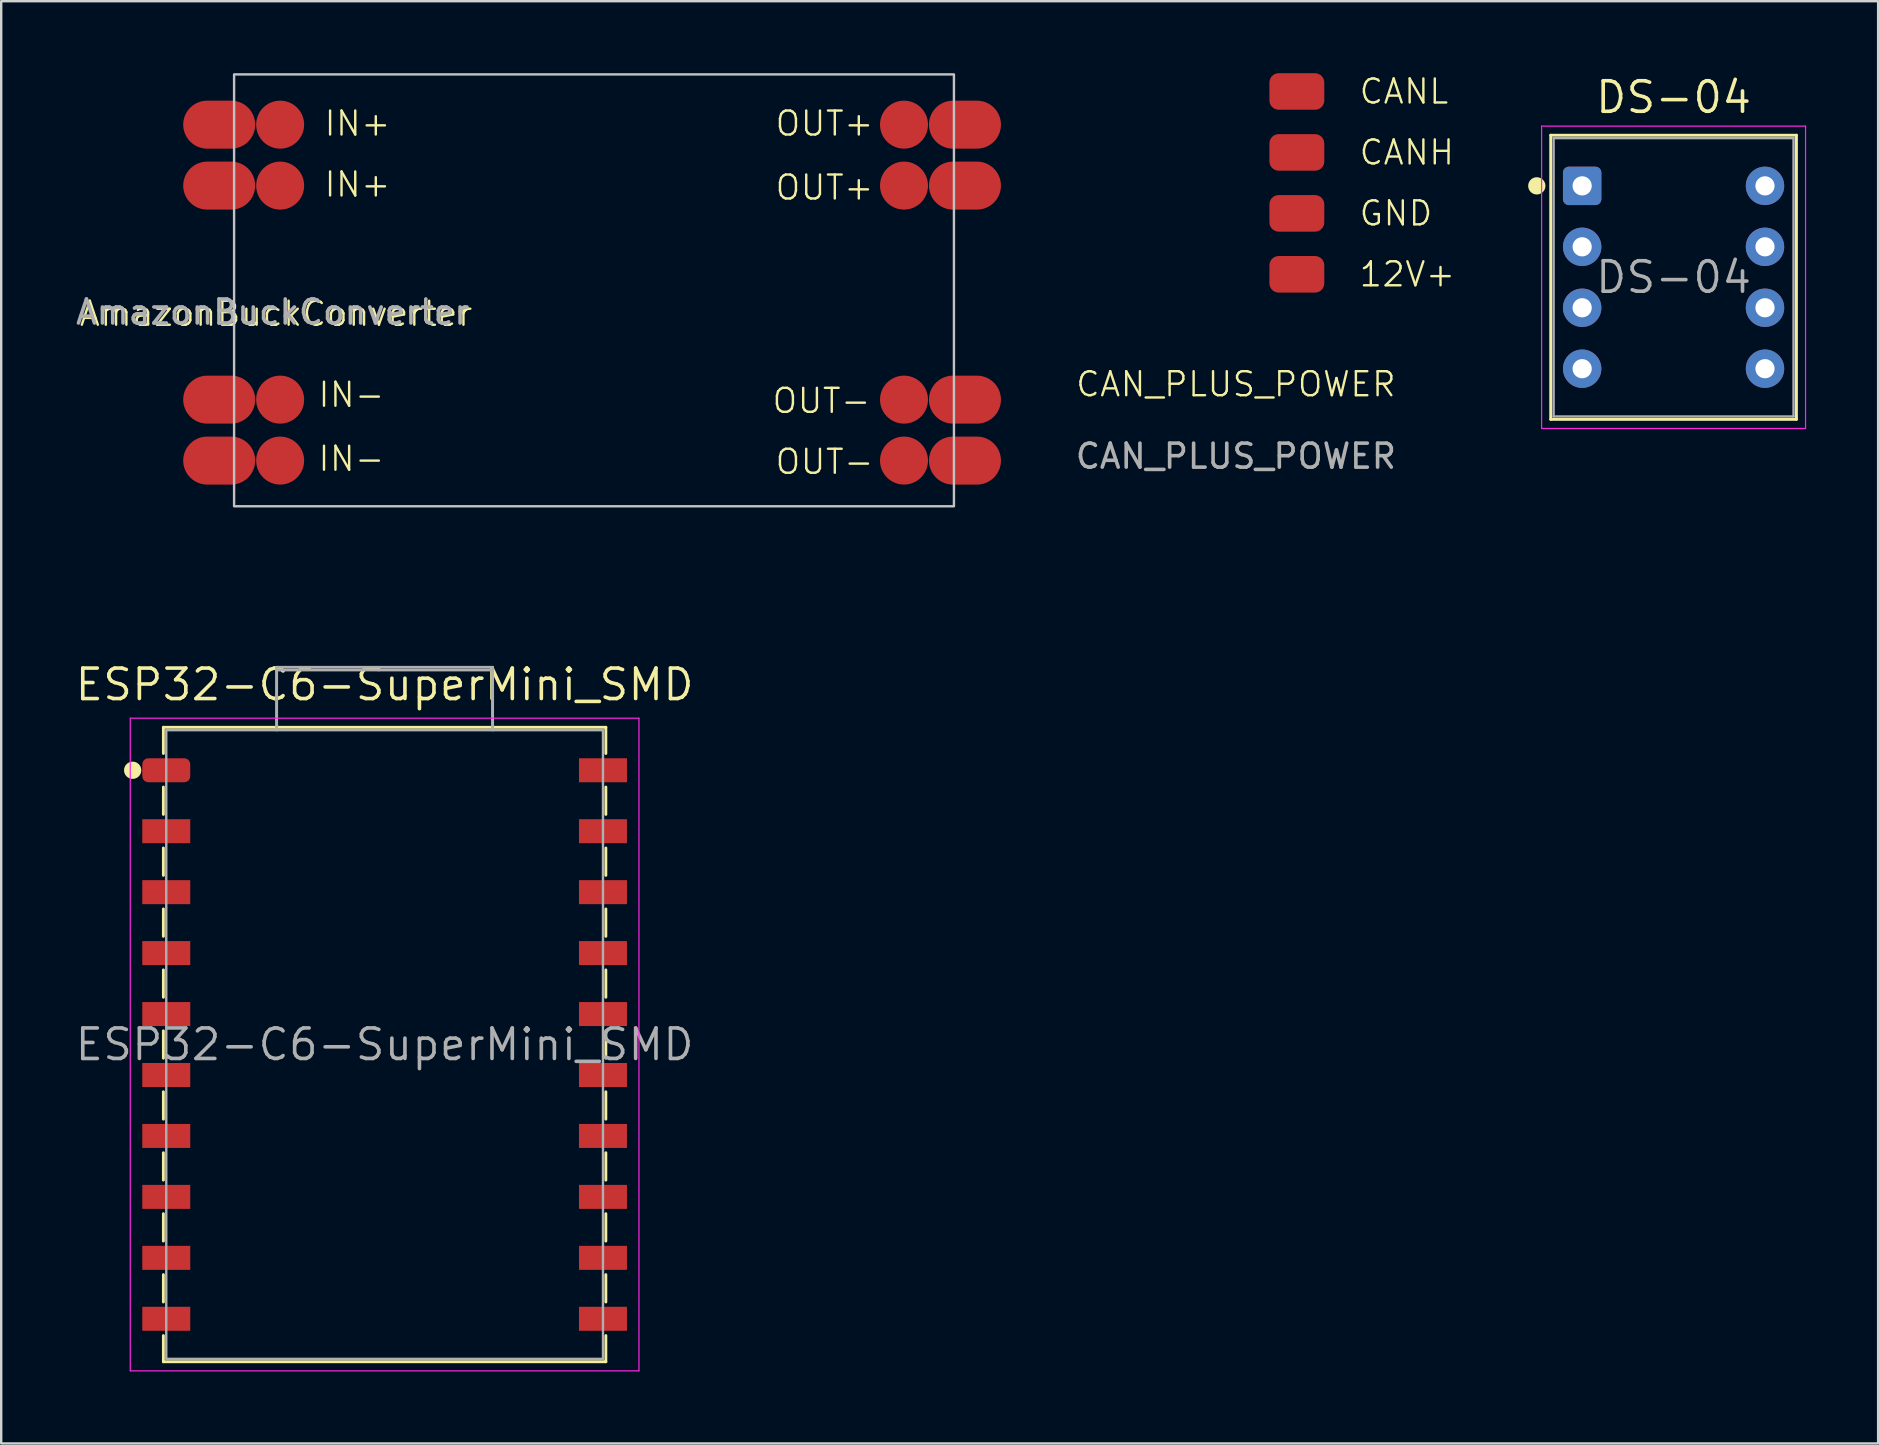
<source format=kicad_pcb>
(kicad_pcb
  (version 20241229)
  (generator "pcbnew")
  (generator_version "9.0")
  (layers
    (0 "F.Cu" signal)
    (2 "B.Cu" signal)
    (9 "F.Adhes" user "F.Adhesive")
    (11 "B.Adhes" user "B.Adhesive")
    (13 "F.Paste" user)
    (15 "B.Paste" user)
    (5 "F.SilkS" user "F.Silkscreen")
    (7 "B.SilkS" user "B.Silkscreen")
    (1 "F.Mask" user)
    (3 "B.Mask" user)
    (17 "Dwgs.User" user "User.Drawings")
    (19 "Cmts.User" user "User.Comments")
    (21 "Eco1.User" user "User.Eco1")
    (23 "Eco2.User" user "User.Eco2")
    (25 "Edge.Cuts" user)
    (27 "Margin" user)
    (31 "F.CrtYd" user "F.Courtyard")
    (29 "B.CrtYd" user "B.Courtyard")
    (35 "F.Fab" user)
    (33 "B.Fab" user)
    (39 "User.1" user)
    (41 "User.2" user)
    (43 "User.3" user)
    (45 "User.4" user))
  (footprint "ESP32-C6-SuperMini_SMD"
    (layer "F.Cu")
    (at 12.979 40.481)
    (property "Reference" "ESP32-C6-SuperMini_SMD" (at 0 -15 0) (layer "F.SilkS") (effects (font (size 1.27 1.27) (thickness 0.15))))
    (attr smd)
    (fp_line (start -9.22 -13.22) (end -9.22 -12.13) (stroke (width 0.12) (type solid)) (layer "F.SilkS"))
    (fp_line (start -9.22 -13.22) (end 9.22 -13.22) (stroke (width 0.12) (type solid)) (layer "F.SilkS"))
    (fp_line (start -9.22 -10.73) (end -9.22 -9.59) (stroke (width 0.12) (type solid)) (layer "F.SilkS"))
    (fp_line (start -9.22 -8.19) (end -9.22 -7.05) (stroke (width 0.12) (type solid)) (layer "F.SilkS"))
    (fp_line (start -9.22 -5.65) (end -9.22 -4.51) (stroke (width 0.12) (type solid)) (layer "F.SilkS"))
    (fp_line (start -9.22 -3.11) (end -9.22 -1.97) (stroke (width 0.12) (type solid)) (layer "F.SilkS"))
    (fp_line (start -9.22 -0.57) (end -9.22 0.57) (stroke (width 0.12) (type solid)) (layer "F.SilkS"))
    (fp_line (start -9.22 1.97) (end -9.22 3.11) (stroke (width 0.12) (type solid)) (layer "F.SilkS"))
    (fp_line (start -9.22 4.51) (end -9.22 5.65) (stroke (width 0.12) (type solid)) (layer "F.SilkS"))
    (fp_line (start -9.22 7.05) (end -9.22 8.19) (stroke (width 0.12) (type solid)) (layer "F.SilkS"))
    (fp_line (start -9.22 9.59) (end -9.22 10.73) (stroke (width 0.12) (type solid)) (layer "F.SilkS"))
    (fp_line (start -9.22 12.13) (end -9.22 13.22) (stroke (width 0.12) (type solid)) (layer "F.SilkS"))
    (fp_line (start 9.22 -13.22) (end 9.22 -12.13) (stroke (width 0.12) (type solid)) (layer "F.SilkS"))
    (fp_line (start 9.22 -10.73) (end 9.22 -9.59) (stroke (width 0.12) (type solid)) (layer "F.SilkS"))
    (fp_line (start 9.22 -8.19) (end 9.22 -7.05) (stroke (width 0.12) (type solid)) (layer "F.SilkS"))
    (fp_line (start 9.22 -5.65) (end 9.22 -4.51) (stroke (width 0.12) (type solid)) (layer "F.SilkS"))
    (fp_line (start 9.22 -3.11) (end 9.22 -1.97) (stroke (width 0.12) (type solid)) (layer "F.SilkS"))
    (fp_line (start 9.22 -0.57) (end 9.22 0.57) (stroke (width 0.12) (type solid)) (layer "F.SilkS"))
    (fp_line (start 9.22 1.97) (end 9.22 3.11) (stroke (width 0.12) (type solid)) (layer "F.SilkS"))
    (fp_line (start 9.22 4.51) (end 9.22 5.65) (stroke (width 0.12) (type solid)) (layer "F.SilkS"))
    (fp_line (start 9.22 7.05) (end 9.22 8.19) (stroke (width 0.12) (type solid)) (layer "F.SilkS"))
    (fp_line (start 9.22 9.59) (end 9.22 10.73) (stroke (width 0.12) (type solid)) (layer "F.SilkS"))
    (fp_line (start 9.22 12.13) (end 9.22 13.22) (stroke (width 0.12) (type solid)) (layer "F.SilkS"))
    (fp_line (start 9.22 13.22) (end -9.22 13.22) (stroke (width 0.12) (type solid)) (layer "F.SilkS"))
    (fp_circle (center -10.5 -11.43) (end -10.2 -11.43) (stroke (width 0.12) (type solid)) (fill yes) (layer "F.SilkS"))
    (fp_line (start -10.6 -13.6) (end 10.6 -13.6) (stroke (width 0.05) (type solid)) (layer "F.CrtYd"))
    (fp_line (start -10.6 13.6) (end -10.6 -13.6) (stroke (width 0.05) (type solid)) (layer "F.CrtYd"))
    (fp_line (start 10.6 -13.6) (end 10.6 13.6) (stroke (width 0.05) (type solid)) (layer "F.CrtYd"))
    (fp_line (start 10.6 13.6) (end -10.6 13.6) (stroke (width 0.05) (type solid)) (layer "F.CrtYd"))
    (fp_line (start -9.1 -13.1) (end 9.1 -13.1) (stroke (width 0.1) (type solid)) (layer "F.Fab"))
    (fp_line (start -9.1 13.1) (end -9.1 -13.1) (stroke (width 0.1) (type solid)) (layer "F.Fab"))
    (fp_line (start -4.5 -15.72) (end 4.5 -15.72) (stroke (width 0.12) (type solid)) (layer "F.Fab"))
    (fp_line (start -4.5 -15.6) (end 4.5 -15.6) (stroke (width 0.1) (type solid)) (layer "F.Fab"))
    (fp_line (start -4.5 -13.22) (end -4.5 -15.72) (stroke (width 0.12) (type solid)) (layer "F.Fab"))
    (fp_line (start -4.5 -13.1) (end -4.5 -15.6) (stroke (width 0.1) (type solid)) (layer "F.Fab"))
    (fp_line (start 4.5 -15.72) (end 4.5 -13.22) (stroke (width 0.12) (type solid)) (layer "F.Fab"))
    (fp_line (start 4.5 -15.6) (end 4.5 -13.1) (stroke (width 0.1) (type solid)) (layer "F.Fab"))
    (fp_line (start 9.1 -13.1) (end 9.1 13.1) (stroke (width 0.1) (type solid)) (layer "F.Fab"))
    (fp_line (start 9.1 13.1) (end -9.1 13.1) (stroke (width 0.1) (type solid)) (layer "F.Fab"))
    (fp_text user "${REFERENCE}" (at 0 0 0) (layer "F.Fab") (effects (font (size 1.27 1.27) (thickness 0.15))))
    (pad "1" smd roundrect (at -9.1 -11.43) (size 2 1) (layers "F.Cu" "F.Mask" "F.Paste") (roundrect_rratio 0.25))
    (pad "2" smd rect (at -9.1 -8.89) (size 2 1) (layers "F.Cu" "F.Mask" "F.Paste"))
    (pad "3" smd rect (at -9.1 -6.35) (size 2 1) (layers "F.Cu" "F.Mask" "F.Paste"))
    (pad "4" smd rect (at -9.1 -3.81) (size 2 1) (layers "F.Cu" "F.Mask" "F.Paste"))
    (pad "5" smd rect (at -9.1 -1.27) (size 2 1) (layers "F.Cu" "F.Mask" "F.Paste"))
    (pad "6" smd rect (at -9.1 1.27) (size 2 1) (layers "F.Cu" "F.Mask" "F.Paste"))
    (pad "7" smd rect (at -9.1 3.81) (size 2 1) (layers "F.Cu" "F.Mask" "F.Paste"))
    (pad "8" smd rect (at -9.1 6.35) (size 2 1) (layers "F.Cu" "F.Mask" "F.Paste"))
    (pad "9" smd rect (at -9.1 8.89) (size 2 1) (layers "F.Cu" "F.Mask" "F.Paste"))
    (pad "10" smd rect (at -9.1 11.43) (size 2 1) (layers "F.Cu" "F.Mask" "F.Paste"))
    (pad "11" smd rect (at 9.1 -11.43) (size 2 1) (layers "F.Cu" "F.Mask" "F.Paste"))
    (pad "12" smd rect (at 9.1 -8.89) (size 2 1) (layers "F.Cu" "F.Mask" "F.Paste"))
    (pad "13" smd rect (at 9.1 -6.35) (size 2 1) (layers "F.Cu" "F.Mask" "F.Paste"))
    (pad "14" smd rect (at 9.1 -3.81) (size 2 1) (layers "F.Cu" "F.Mask" "F.Paste"))
    (pad "15" smd rect (at 9.1 -1.27) (size 2 1) (layers "F.Cu" "F.Mask" "F.Paste"))
    (pad "16" smd rect (at 9.1 1.27) (size 2 1) (layers "F.Cu" "F.Mask" "F.Paste"))
    (pad "17" smd rect (at 9.1 3.81) (size 2 1) (layers "F.Cu" "F.Mask" "F.Paste"))
    (pad "18" smd rect (at 9.1 6.35) (size 2 1) (layers "F.Cu" "F.Mask" "F.Paste"))
    (pad "19" smd rect (at 9.1 8.89) (size 2 1) (layers "F.Cu" "F.Mask" "F.Paste"))
    (pad "20" smd rect (at 9.1 11.43) (size 2 1) (layers "F.Cu" "F.Mask" "F.Paste")))
  (footprint "DS-04"
    (layer "F.Cu")
    (at 66.697 8.506)
    (property "Reference" "DS-04" (at 0 -7.5 0) (layer "F.SilkS") (effects (font (size 1.27 1.27) (thickness 0.15))))
    (attr through_hole)
    (fp_line (start -5.12 -5.92) (end 5.12 -5.92) (stroke (width 0.12) (type solid)) (layer "F.SilkS"))
    (fp_line (start -5.12 5.92) (end -5.12 -5.92) (stroke (width 0.12) (type solid)) (layer "F.SilkS"))
    (fp_line (start 5.12 -5.92) (end 5.12 5.92) (stroke (width 0.12) (type solid)) (layer "F.SilkS"))
    (fp_line (start 5.12 5.92) (end -5.12 5.92) (stroke (width 0.12) (type solid)) (layer "F.SilkS"))
    (fp_circle (center -5.7 -3.81) (end -5.4 -3.81) (stroke (width 0.12) (type solid)) (fill yes) (layer "F.SilkS"))
    (fp_line (start -5.5 -6.3) (end 5.5 -6.3) (stroke (width 0.05) (type solid)) (layer "F.CrtYd"))
    (fp_line (start -5.5 6.3) (end -5.5 -6.3) (stroke (width 0.05) (type solid)) (layer "F.CrtYd"))
    (fp_line (start 5.5 -6.3) (end 5.5 6.3) (stroke (width 0.05) (type solid)) (layer "F.CrtYd"))
    (fp_line (start 5.5 6.3) (end -5.5 6.3) (stroke (width 0.05) (type solid)) (layer "F.CrtYd"))
    (fp_line (start -5 -5.8) (end 5 -5.8) (stroke (width 0.1) (type solid)) (layer "F.Fab"))
    (fp_line (start -5 5.8) (end -5 -5.8) (stroke (width 0.1) (type solid)) (layer "F.Fab"))
    (fp_line (start 5 -5.8) (end 5 5.8) (stroke (width 0.1) (type solid)) (layer "F.Fab"))
    (fp_line (start 5 5.8) (end -5 5.8) (stroke (width 0.1) (type solid)) (layer "F.Fab"))
    (fp_text user "${REFERENCE}" (at 0 0 0) (layer "F.Fab") (effects (font (size 1.27 1.27) (thickness 0.15))))
    (pad "1" thru_hole roundrect (at -3.81 -3.81) (size 1.6 1.6) (drill 0.8) (layers "*.Cu" "*.Mask") (roundrect_rratio 0.15))
    (pad "2" thru_hole oval (at -3.81 -1.27) (size 1.6 1.6) (drill 0.8) (layers "*.Cu" "*.Mask"))
    (pad "3" thru_hole oval (at -3.81 1.27) (size 1.6 1.6) (drill 0.8) (layers "*.Cu" "*.Mask"))
    (pad "4" thru_hole oval (at -3.81 3.81) (size 1.6 1.6) (drill 0.8) (layers "*.Cu" "*.Mask"))
    (pad "5" thru_hole oval (at 3.81 3.81) (size 1.6 1.6) (drill 0.8) (layers "*.Cu" "*.Mask"))
    (pad "6" thru_hole oval (at 3.81 1.27) (size 1.6 1.6) (drill 0.8) (layers "*.Cu" "*.Mask"))
    (pad "7" thru_hole oval (at 3.81 -1.27) (size 1.6 1.6) (drill 0.8) (layers "*.Cu" "*.Mask"))
    (pad "8" thru_hole oval (at 3.81 -3.81) (size 1.6 1.6) (drill 0.8) (layers "*.Cu" "*.Mask")))
  (footprint "AmazonBuckConverter"
    (layer "F.Cu")
    (at 8.625 21.225)
    (property "Reference" "AmazonBuckConverter" (at -0.17 -11.2 0) (unlocked yes) (layer "F.SilkS") (effects (font (size 1 1) (thickness 0.1))))
    (attr through_hole)
    (fp_rect (start -1.919 -21.175) (end 28.081 -3.175) (stroke (width 0.1) (type solid)) (fill no) (layer "Dwgs.User"))
    (fp_text user "IN-" (at 1.524 -4.572 0) (unlocked yes) (layer "F.SilkS") (effects (font (size 1 1) (thickness 0.1)) (justify left bottom)))
    (fp_text user "IN+" (at 1.778 -16.002 0) (unlocked yes) (layer "F.SilkS") (effects (font (size 1 1) (thickness 0.1)) (justify left bottom)))
    (fp_text user "OUT+" (at 20.574 -18.542 0) (unlocked yes) (layer "F.SilkS") (effects (font (size 1 1) (thickness 0.1)) (justify left bottom)))
    (fp_text user "IN+" (at 1.778 -18.542 0) (unlocked yes) (layer "F.SilkS") (effects (font (size 1 1) (thickness 0.1)) (justify left bottom)))
    (fp_text user "OUT-" (at 20.574 -4.445 0) (unlocked yes) (layer "F.SilkS") (effects (font (size 1 1) (thickness 0.1)) (justify left bottom)))
    (fp_text user "IN-" (at 1.524 -7.239 0) (unlocked yes) (layer "F.SilkS") (effects (font (size 1 1) (thickness 0.1)) (justify left bottom)))
    (fp_text user "OUT+" (at 20.574 -15.875 0) (unlocked yes) (layer "F.SilkS") (effects (font (size 1 1) (thickness 0.1)) (justify left bottom)))
    (fp_text user "OUT-" (at 20.447 -6.985 0) (unlocked yes) (layer "F.SilkS") (effects (font (size 1 1) (thickness 0.1)) (justify left bottom)))
    (fp_text user "${REFERENCE}" (at -0.31 -11.27 0) (unlocked yes) (layer "F.Fab") (effects (font (size 1 1) (thickness 0.15))))
    (pad "1" smd oval (at -2.54 -19.08 90) (size 2 3) (layers "F.Cu" "F.Mask" "F.Paste"))
    (pad "1" smd oval (at -2.54 -16.54 90) (size 2 3) (layers "F.Cu" "F.Mask" "F.Paste"))
    (pad "1" smd circle (at 0 -19.08 90) (size 2 2) (layers "F.Cu" "F.Mask" "F.Paste"))
    (pad "1" smd circle (at 0 -16.54 90) (size 2 2) (layers "F.Cu" "F.Mask" "F.Paste"))
    (pad "2" smd oval (at -2.54 -7.62 90) (size 2 3) (layers "F.Cu" "F.Mask" "F.Paste"))
    (pad "2" smd oval (at -2.54 -5.08 90) (size 2 3) (layers "F.Cu" "F.Mask" "F.Paste"))
    (pad "2" smd circle (at 0 -7.62 90) (size 2 2) (layers "F.Cu" "F.Mask" "F.Paste"))
    (pad "2" smd circle (at 0 -5.08 90) (size 2 2) (layers "F.Cu" "F.Mask" "F.Paste"))
    (pad "3" smd circle (at 26 -7.62 90) (size 2 2) (layers "F.Cu" "F.Mask" "F.Paste"))
    (pad "3" smd circle (at 26 -5.08 90) (size 2 2) (layers "F.Cu" "F.Mask" "F.Paste"))
    (pad "3" smd oval (at 28.54 -7.62 90) (size 2 3) (layers "F.Cu" "F.Mask" "F.Paste"))
    (pad "3" smd oval (at 28.54 -5.08 90) (size 2 3) (layers "F.Cu" "F.Mask" "F.Paste"))
    (pad "4" smd circle (at 26 -19.08 90) (size 2 2) (layers "F.Cu" "F.Mask" "F.Paste"))
    (pad "4" smd circle (at 26 -16.54 90) (size 2 2) (layers "F.Cu" "F.Mask" "F.Paste"))
    (pad "4" smd oval (at 28.54 -19.08 90) (size 2 3) (layers "F.Cu" "F.Mask" "F.Paste"))
    (pad "4" smd oval (at 28.54 -16.54 90) (size 2 3) (layers "F.Cu" "F.Mask" "F.Paste")))
  (footprint "CAN_PLUS_POWER"
    (layer "F.Cu")
    (at 48.457 13.462)
    (property "Reference" "CAN_PLUS_POWER" (at 0 -0.5 0) (unlocked yes) (layer "F.SilkS") (effects (font (size 1 1) (thickness 0.1))))
    (attr smd)
    (fp_text user "GND" (at 5.08 -7.62 0) (unlocked yes) (layer "F.SilkS") (effects (font (size 1 1) (thickness 0.1)) (justify left)))
    (fp_text user "CANL" (at 5.08 -12.7 0) (unlocked yes) (layer "F.SilkS") (effects (font (size 1 1) (thickness 0.1)) (justify left)))
    (fp_text user "12V+" (at 5.08 -5.08 0) (unlocked yes) (layer "F.SilkS") (effects (font (size 1 1) (thickness 0.1)) (justify left)))
    (fp_text user "CANH" (at 5.08 -10.16 0) (unlocked yes) (layer "F.SilkS") (effects (font (size 1 1) (thickness 0.1)) (justify left)))
    (fp_text user "${REFERENCE}" (at 0 2.5 0) (unlocked yes) (layer "F.Fab") (effects (font (size 1 1) (thickness 0.15))))
    (pad "1" smd roundrect (at 2.54 -5.08) (size 2.286 1.524) (layers "F.Cu" "F.Mask" "F.Paste") (roundrect_rratio 0.25))
    (pad "2" smd roundrect (at 2.54 -7.62) (size 2.286 1.524) (layers "F.Cu" "F.Mask" "F.Paste") (roundrect_rratio 0.25))
    (pad "3" smd roundrect (at 2.54 -10.16) (size 2.286 1.524) (layers "F.Cu" "F.Mask" "F.Paste") (roundrect_rratio 0.25))
    (pad "4" smd roundrect (at 2.54 -12.7) (size 2.286 1.524) (layers "F.Cu" "F.Mask" "F.Paste") (roundrect_rratio 0.25)))
  (gr_rect
    (start -3 -3)
    (end 75.222 57.106)
    (stroke (width 0.1) (type default))
    (fill no)
    (layer "Edge.Cuts")))
</source>
